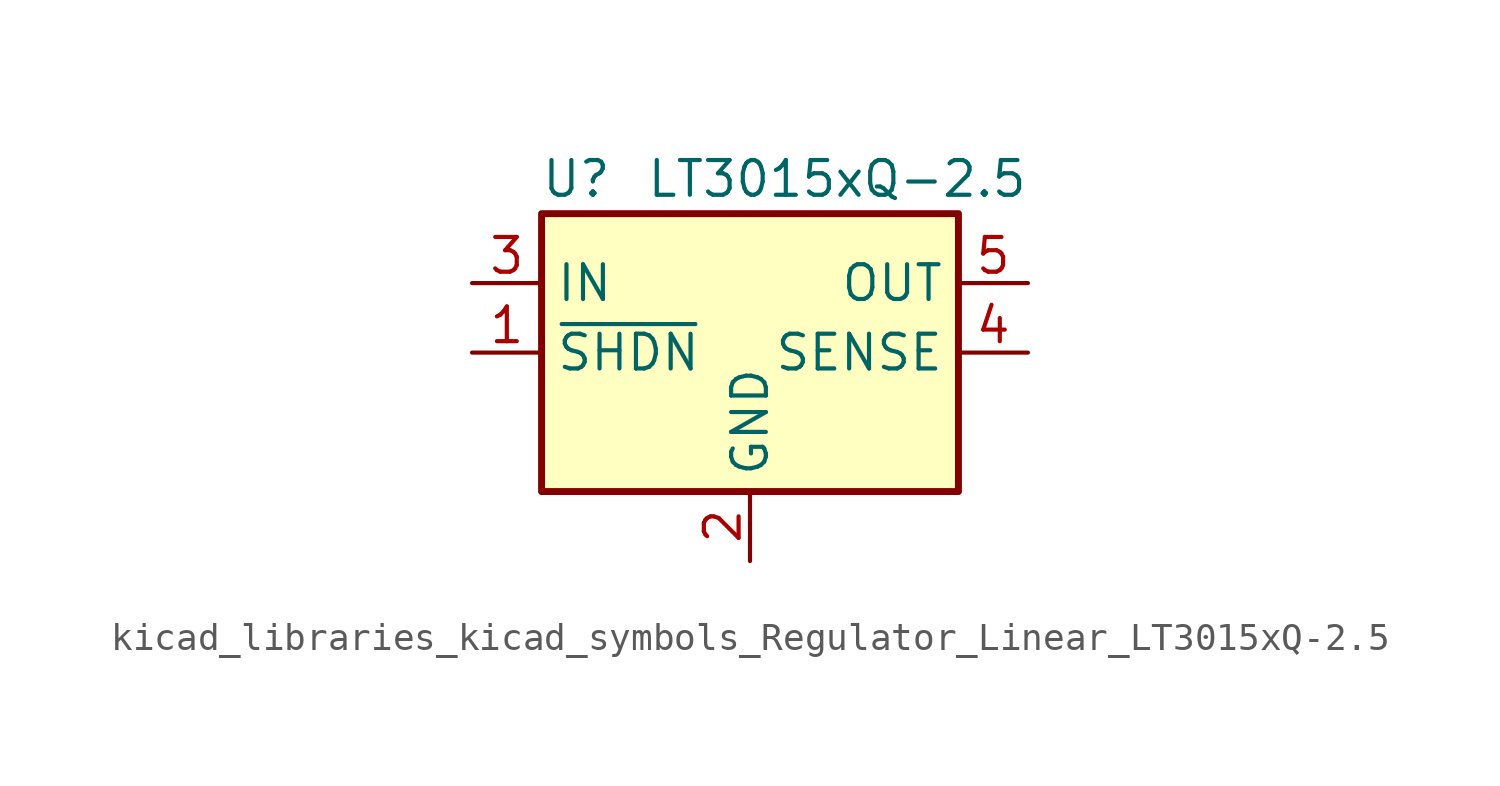
<source format=kicad_sym>
(kicad_symbol_lib
  (version 20220914)
  (generator kicad_symbol_editor)
  (symbol "kicad_libraries_kicad_symbols_Regulator_Linear_LT3015xQ-2.5"
    (property "Reference" "U"
      (at -6.35 6.35 0)
      (effects (font (size 1.27 1.27))))
    (property "Value" "LT3015xQ-2.5"
      (at -3.81 6.35 0)
      (effects (font (size 1.27 1.27)) (justify left)))
    (symbol "kicad_libraries_kicad_symbols_Regulator_Linear_LT3015xQ-2.5_0_1"
      (rectangle (start -7.62 5.08) (end 7.62 -5.08) (stroke (width 0.254) (type default)) (fill (type background))))
    (symbol "kicad_libraries_kicad_symbols_Regulator_Linear_LT3015xQ-2.5_1_1"
      (pin input line (at -10.16 0 0) (length 2.54) (name "~{SHDN}" (effects (font (size 1.27 1.27)))) (number "1" (effects (font (size 1.27 1.27)))))
      (pin power_in line (at 0 -7.62 90) (length 2.54) (name "GND" (effects (font (size 1.27 1.27)))) (number "2" (effects (font (size 1.27 1.27)))))
      (pin power_in line (at -10.16 2.54 0) (length 2.54) (name "IN" (effects (font (size 1.27 1.27)))) (number "3" (effects (font (size 1.27 1.27)))))
      (pin input line (at 10.16 0 180) (length 2.54) (name "SENSE" (effects (font (size 1.27 1.27)))) (number "4" (effects (font (size 1.27 1.27)))))
      (pin power_out line (at 10.16 2.54 180) (length 2.54) (name "OUT" (effects (font (size 1.27 1.27)))) (number "5" (effects (font (size 1.27 1.27))))))))
</source>
